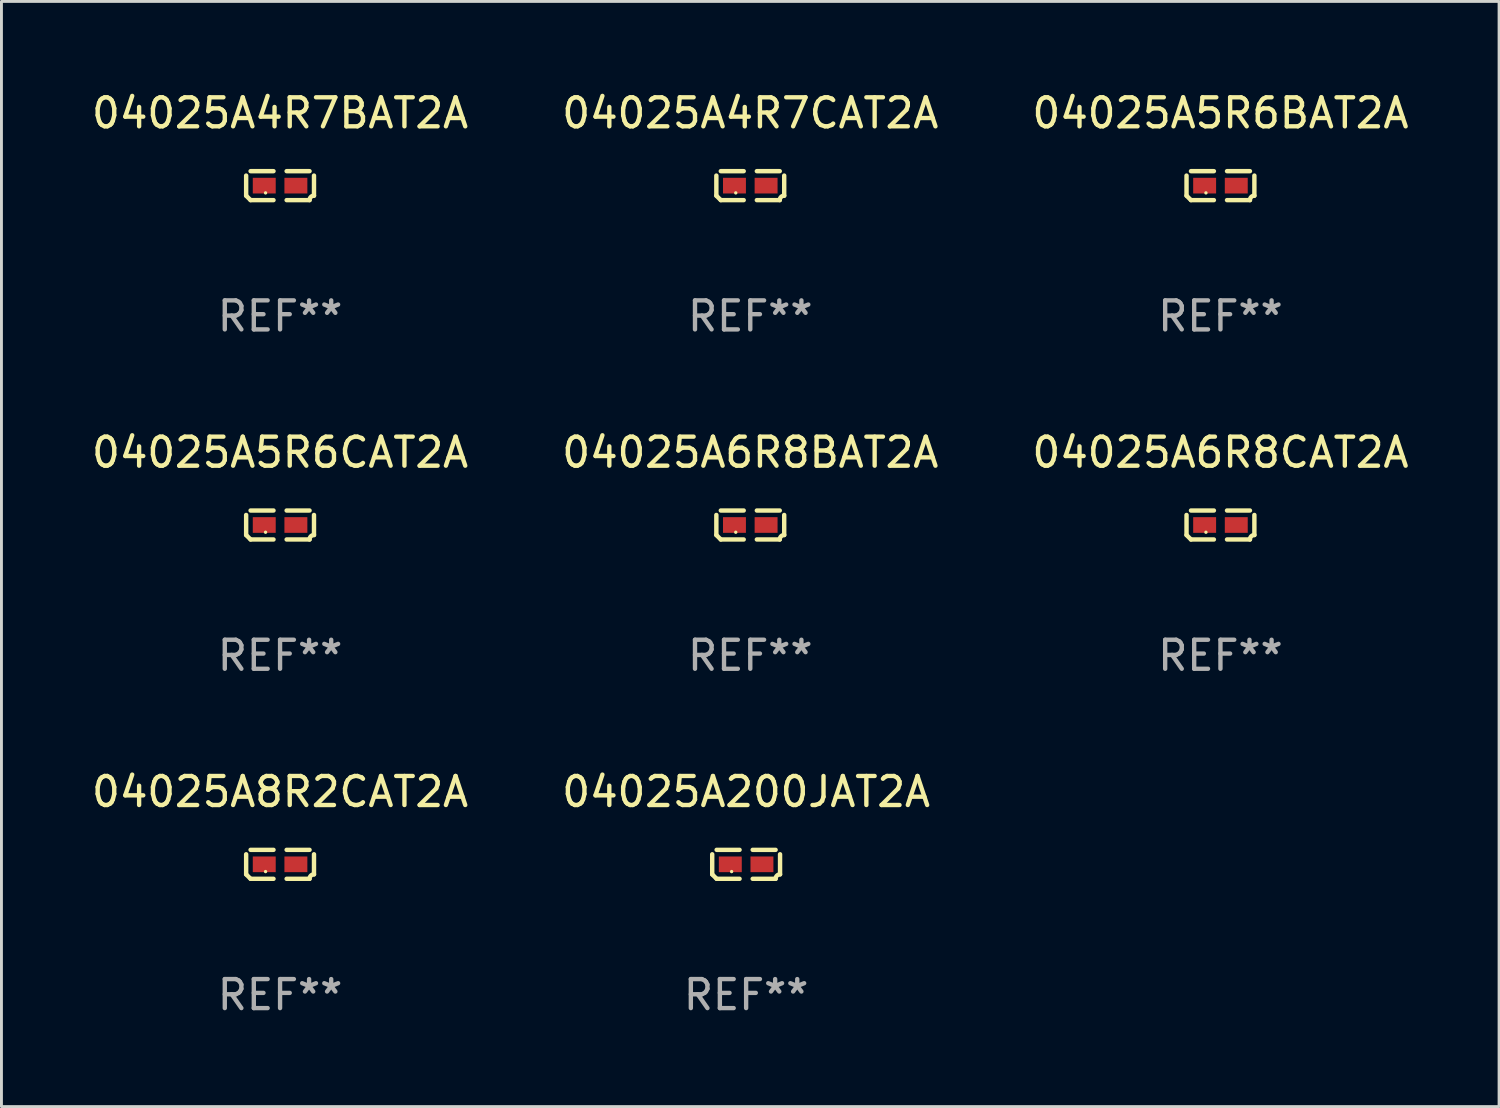
<source format=kicad_pcb>
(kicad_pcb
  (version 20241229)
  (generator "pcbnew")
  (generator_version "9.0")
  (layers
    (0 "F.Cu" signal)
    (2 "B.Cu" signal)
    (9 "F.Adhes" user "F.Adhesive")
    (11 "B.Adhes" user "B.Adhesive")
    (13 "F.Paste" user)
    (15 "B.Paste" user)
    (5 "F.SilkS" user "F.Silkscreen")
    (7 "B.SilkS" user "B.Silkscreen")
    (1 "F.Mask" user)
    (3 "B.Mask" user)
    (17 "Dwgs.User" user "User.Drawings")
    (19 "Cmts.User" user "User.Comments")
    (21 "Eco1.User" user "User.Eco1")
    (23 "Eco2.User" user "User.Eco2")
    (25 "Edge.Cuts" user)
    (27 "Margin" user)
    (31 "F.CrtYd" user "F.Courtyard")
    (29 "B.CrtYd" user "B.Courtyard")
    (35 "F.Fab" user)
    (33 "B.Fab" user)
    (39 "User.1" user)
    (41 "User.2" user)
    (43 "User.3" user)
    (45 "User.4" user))
  (footprint "04025A5R6CAT2A"
    (layer "F.Cu")
    (at 6.601 15.041)
    (property "Reference" "04025A5R6CAT2A" (at 0 -2.499 0) (layer "F.SilkS") (effects (font (size 1 1) (thickness 0.15))))
    (attr through_hole)
    (fp_line (start -1.169 0.346) (end -1.169 -0.346) (stroke (width 0.152) (type solid)) (layer "F.SilkS"))
    (fp_line (start -1.016 -0.499) (end -0.226 -0.499) (stroke (width 0.152) (type solid)) (layer "F.SilkS"))
    (fp_line (start -0.226 0.499) (end -1.016 0.499) (stroke (width 0.152) (type solid)) (layer "F.SilkS"))
    (fp_line (start 0.226 0.499) (end 1.016 0.499) (stroke (width 0.152) (type solid)) (layer "F.SilkS"))
    (fp_line (start 1.016 -0.499) (end 0.226 -0.499) (stroke (width 0.152) (type solid)) (layer "F.SilkS"))
    (fp_line (start 1.169 0.346) (end 1.169 -0.346) (stroke (width 0.152) (type solid)) (layer "F.SilkS"))
    (fp_arc (start -1.016307 0.498603) (mid -1.092512 0.422405) (end -1.16871 0.3462) (stroke (width 0.1524) (type solid)) (layer "F.SilkS"))
    (fp_arc (start 1.016307 0.498603) (mid 1.060899 0.390758) (end 1.168707 0.346076) (stroke (width 0.1524) (type solid)) (layer "F.SilkS"))
    (fp_circle (center -0.5 0.25) (end -0.47 0.25) (stroke (width 0.06) (type solid)) (fill no) (layer "F.SilkS"))
    (fp_text user "REF**" (at 0 4.499 0) (layer "F.Fab") (effects (font (size 1 1) (thickness 0.15))))
    (pad "1" smd rect (at -0.545 0) (size 0.79 0.54) (layers "F.Cu" "F.Mask" "F.Paste"))
    (pad "2" smd rect (at 0.545 0) (size 0.79 0.54) (layers "F.Cu" "F.Mask" "F.Paste")))
  (footprint "04025A200JAT2A"
    (layer "F.Cu")
    (at 22.661 26.734)
    (property "Reference" "04025A200JAT2A" (at 0 -2.499 0) (layer "F.SilkS") (effects (font (size 1 1) (thickness 0.15))))
    (attr through_hole)
    (fp_line (start -1.169 0.346) (end -1.169 -0.346) (stroke (width 0.152) (type solid)) (layer "F.SilkS"))
    (fp_line (start -1.016 -0.499) (end -0.226 -0.499) (stroke (width 0.152) (type solid)) (layer "F.SilkS"))
    (fp_line (start -0.226 0.499) (end -1.016 0.499) (stroke (width 0.152) (type solid)) (layer "F.SilkS"))
    (fp_line (start 0.226 0.499) (end 1.016 0.499) (stroke (width 0.152) (type solid)) (layer "F.SilkS"))
    (fp_line (start 1.016 -0.499) (end 0.226 -0.499) (stroke (width 0.152) (type solid)) (layer "F.SilkS"))
    (fp_line (start 1.169 0.346) (end 1.169 -0.346) (stroke (width 0.152) (type solid)) (layer "F.SilkS"))
    (fp_arc (start -1.016307 0.498603) (mid -1.092512 0.422405) (end -1.16871 0.3462) (stroke (width 0.1524) (type solid)) (layer "F.SilkS"))
    (fp_arc (start 1.016307 0.498603) (mid 1.060899 0.390758) (end 1.168707 0.346076) (stroke (width 0.1524) (type solid)) (layer "F.SilkS"))
    (fp_circle (center -0.5 0.25) (end -0.47 0.25) (stroke (width 0.06) (type solid)) (fill no) (layer "F.SilkS"))
    (fp_text user "REF**" (at 0 4.499 0) (layer "F.Fab") (effects (font (size 1 1) (thickness 0.15))))
    (pad "1" smd rect (at -0.545 0) (size 0.79 0.54) (layers "F.Cu" "F.Mask" "F.Paste"))
    (pad "2" smd rect (at 0.545 0) (size 0.79 0.54) (layers "F.Cu" "F.Mask" "F.Paste")))
  (footprint "04025A6R8CAT2A"
    (layer "F.Cu")
    (at 39.006 15.041)
    (property "Reference" "04025A6R8CAT2A" (at 0 -2.499 0) (layer "F.SilkS") (effects (font (size 1 1) (thickness 0.15))))
    (attr through_hole)
    (fp_line (start -1.169 0.346) (end -1.169 -0.346) (stroke (width 0.152) (type solid)) (layer "F.SilkS"))
    (fp_line (start -1.016 -0.499) (end -0.226 -0.499) (stroke (width 0.152) (type solid)) (layer "F.SilkS"))
    (fp_line (start -0.226 0.499) (end -1.016 0.499) (stroke (width 0.152) (type solid)) (layer "F.SilkS"))
    (fp_line (start 0.226 0.499) (end 1.016 0.499) (stroke (width 0.152) (type solid)) (layer "F.SilkS"))
    (fp_line (start 1.016 -0.499) (end 0.226 -0.499) (stroke (width 0.152) (type solid)) (layer "F.SilkS"))
    (fp_line (start 1.169 0.346) (end 1.169 -0.346) (stroke (width 0.152) (type solid)) (layer "F.SilkS"))
    (fp_arc (start -1.016307 0.498603) (mid -1.092512 0.422405) (end -1.16871 0.3462) (stroke (width 0.1524) (type solid)) (layer "F.SilkS"))
    (fp_arc (start 1.016307 0.498603) (mid 1.060899 0.390758) (end 1.168707 0.346076) (stroke (width 0.1524) (type solid)) (layer "F.SilkS"))
    (fp_circle (center -0.5 0.25) (end -0.47 0.25) (stroke (width 0.06) (type solid)) (fill no) (layer "F.SilkS"))
    (fp_text user "REF**" (at 0 4.499 0) (layer "F.Fab") (effects (font (size 1 1) (thickness 0.15))))
    (pad "1" smd rect (at -0.545 0) (size 0.79 0.54) (layers "F.Cu" "F.Mask" "F.Paste"))
    (pad "2" smd rect (at 0.545 0) (size 0.79 0.54) (layers "F.Cu" "F.Mask" "F.Paste")))
  (footprint "04025A4R7BAT2A"
    (layer "F.Cu")
    (at 6.601 3.347)
    (property "Reference" "04025A4R7BAT2A" (at 0 -2.499 0) (layer "F.SilkS") (effects (font (size 1 1) (thickness 0.15))))
    (attr through_hole)
    (fp_line (start -1.169 0.346) (end -1.169 -0.346) (stroke (width 0.152) (type solid)) (layer "F.SilkS"))
    (fp_line (start -1.016 -0.499) (end -0.226 -0.499) (stroke (width 0.152) (type solid)) (layer "F.SilkS"))
    (fp_line (start -0.226 0.499) (end -1.016 0.499) (stroke (width 0.152) (type solid)) (layer "F.SilkS"))
    (fp_line (start 0.226 0.499) (end 1.016 0.499) (stroke (width 0.152) (type solid)) (layer "F.SilkS"))
    (fp_line (start 1.016 -0.499) (end 0.226 -0.499) (stroke (width 0.152) (type solid)) (layer "F.SilkS"))
    (fp_line (start 1.169 0.346) (end 1.169 -0.346) (stroke (width 0.152) (type solid)) (layer "F.SilkS"))
    (fp_arc (start -1.016307 0.498603) (mid -1.092512 0.422405) (end -1.16871 0.3462) (stroke (width 0.1524) (type solid)) (layer "F.SilkS"))
    (fp_arc (start 1.016307 0.498603) (mid 1.060899 0.390758) (end 1.168707 0.346076) (stroke (width 0.1524) (type solid)) (layer "F.SilkS"))
    (fp_circle (center -0.5 0.25) (end -0.47 0.25) (stroke (width 0.06) (type solid)) (fill no) (layer "F.SilkS"))
    (fp_text user "REF**" (at 0 4.499 0) (layer "F.Fab") (effects (font (size 1 1) (thickness 0.15))))
    (pad "1" smd rect (at -0.545 0) (size 0.79 0.54) (layers "F.Cu" "F.Mask" "F.Paste"))
    (pad "2" smd rect (at 0.545 0) (size 0.79 0.54) (layers "F.Cu" "F.Mask" "F.Paste")))
  (footprint "04025A5R6BAT2A"
    (layer "F.Cu")
    (at 39.006 3.347)
    (property "Reference" "04025A5R6BAT2A" (at 0 -2.499 0) (layer "F.SilkS") (effects (font (size 1 1) (thickness 0.15))))
    (attr through_hole)
    (fp_line (start -1.169 0.346) (end -1.169 -0.346) (stroke (width 0.152) (type solid)) (layer "F.SilkS"))
    (fp_line (start -1.016 -0.499) (end -0.226 -0.499) (stroke (width 0.152) (type solid)) (layer "F.SilkS"))
    (fp_line (start -0.226 0.499) (end -1.016 0.499) (stroke (width 0.152) (type solid)) (layer "F.SilkS"))
    (fp_line (start 0.226 0.499) (end 1.016 0.499) (stroke (width 0.152) (type solid)) (layer "F.SilkS"))
    (fp_line (start 1.016 -0.499) (end 0.226 -0.499) (stroke (width 0.152) (type solid)) (layer "F.SilkS"))
    (fp_line (start 1.169 0.346) (end 1.169 -0.346) (stroke (width 0.152) (type solid)) (layer "F.SilkS"))
    (fp_arc (start -1.016307 0.498603) (mid -1.092512 0.422405) (end -1.16871 0.3462) (stroke (width 0.1524) (type solid)) (layer "F.SilkS"))
    (fp_arc (start 1.016307 0.498603) (mid 1.060899 0.390758) (end 1.168707 0.346076) (stroke (width 0.1524) (type solid)) (layer "F.SilkS"))
    (fp_circle (center -0.5 0.25) (end -0.47 0.25) (stroke (width 0.06) (type solid)) (fill no) (layer "F.SilkS"))
    (fp_text user "REF**" (at 0 4.499 0) (layer "F.Fab") (effects (font (size 1 1) (thickness 0.15))))
    (pad "1" smd rect (at -0.545 0) (size 0.79 0.54) (layers "F.Cu" "F.Mask" "F.Paste"))
    (pad "2" smd rect (at 0.545 0) (size 0.79 0.54) (layers "F.Cu" "F.Mask" "F.Paste")))
  (footprint "04025A4R7CAT2A"
    (layer "F.Cu")
    (at 22.804 3.347)
    (property "Reference" "04025A4R7CAT2A" (at 0 -2.499 0) (layer "F.SilkS") (effects (font (size 1 1) (thickness 0.15))))
    (attr through_hole)
    (fp_line (start -1.169 0.346) (end -1.169 -0.346) (stroke (width 0.152) (type solid)) (layer "F.SilkS"))
    (fp_line (start -1.016 -0.499) (end -0.226 -0.499) (stroke (width 0.152) (type solid)) (layer "F.SilkS"))
    (fp_line (start -0.226 0.499) (end -1.016 0.499) (stroke (width 0.152) (type solid)) (layer "F.SilkS"))
    (fp_line (start 0.226 0.499) (end 1.016 0.499) (stroke (width 0.152) (type solid)) (layer "F.SilkS"))
    (fp_line (start 1.016 -0.499) (end 0.226 -0.499) (stroke (width 0.152) (type solid)) (layer "F.SilkS"))
    (fp_line (start 1.169 0.346) (end 1.169 -0.346) (stroke (width 0.152) (type solid)) (layer "F.SilkS"))
    (fp_arc (start -1.016307 0.498603) (mid -1.092512 0.422405) (end -1.16871 0.3462) (stroke (width 0.1524) (type solid)) (layer "F.SilkS"))
    (fp_arc (start 1.016307 0.498603) (mid 1.060899 0.390758) (end 1.168707 0.346076) (stroke (width 0.1524) (type solid)) (layer "F.SilkS"))
    (fp_circle (center -0.5 0.25) (end -0.47 0.25) (stroke (width 0.06) (type solid)) (fill no) (layer "F.SilkS"))
    (fp_text user "REF**" (at 0 4.499 0) (layer "F.Fab") (effects (font (size 1 1) (thickness 0.15))))
    (pad "1" smd rect (at -0.545 0) (size 0.79 0.54) (layers "F.Cu" "F.Mask" "F.Paste"))
    (pad "2" smd rect (at 0.545 0) (size 0.79 0.54) (layers "F.Cu" "F.Mask" "F.Paste")))
  (footprint "04025A8R2CAT2A"
    (layer "F.Cu")
    (at 6.601 26.734)
    (property "Reference" "04025A8R2CAT2A" (at 0 -2.499 0) (layer "F.SilkS") (effects (font (size 1 1) (thickness 0.15))))
    (attr through_hole)
    (fp_line (start -1.169 0.346) (end -1.169 -0.346) (stroke (width 0.152) (type solid)) (layer "F.SilkS"))
    (fp_line (start -1.016 -0.499) (end -0.226 -0.499) (stroke (width 0.152) (type solid)) (layer "F.SilkS"))
    (fp_line (start -0.226 0.499) (end -1.016 0.499) (stroke (width 0.152) (type solid)) (layer "F.SilkS"))
    (fp_line (start 0.226 0.499) (end 1.016 0.499) (stroke (width 0.152) (type solid)) (layer "F.SilkS"))
    (fp_line (start 1.016 -0.499) (end 0.226 -0.499) (stroke (width 0.152) (type solid)) (layer "F.SilkS"))
    (fp_line (start 1.169 0.346) (end 1.169 -0.346) (stroke (width 0.152) (type solid)) (layer "F.SilkS"))
    (fp_arc (start -1.016307 0.498603) (mid -1.092512 0.422405) (end -1.16871 0.3462) (stroke (width 0.1524) (type solid)) (layer "F.SilkS"))
    (fp_arc (start 1.016307 0.498603) (mid 1.060899 0.390758) (end 1.168707 0.346076) (stroke (width 0.1524) (type solid)) (layer "F.SilkS"))
    (fp_circle (center -0.5 0.25) (end -0.47 0.25) (stroke (width 0.06) (type solid)) (fill no) (layer "F.SilkS"))
    (fp_text user "REF**" (at 0 4.499 0) (layer "F.Fab") (effects (font (size 1 1) (thickness 0.15))))
    (pad "1" smd rect (at -0.545 0) (size 0.79 0.54) (layers "F.Cu" "F.Mask" "F.Paste"))
    (pad "2" smd rect (at 0.545 0) (size 0.79 0.54) (layers "F.Cu" "F.Mask" "F.Paste")))
  (footprint "04025A6R8BAT2A"
    (layer "F.Cu")
    (at 22.804 15.041)
    (property "Reference" "04025A6R8BAT2A" (at 0 -2.499 0) (layer "F.SilkS") (effects (font (size 1 1) (thickness 0.15))))
    (attr through_hole)
    (fp_line (start -1.169 0.346) (end -1.169 -0.346) (stroke (width 0.152) (type solid)) (layer "F.SilkS"))
    (fp_line (start -1.016 -0.499) (end -0.226 -0.499) (stroke (width 0.152) (type solid)) (layer "F.SilkS"))
    (fp_line (start -0.226 0.499) (end -1.016 0.499) (stroke (width 0.152) (type solid)) (layer "F.SilkS"))
    (fp_line (start 0.226 0.499) (end 1.016 0.499) (stroke (width 0.152) (type solid)) (layer "F.SilkS"))
    (fp_line (start 1.016 -0.499) (end 0.226 -0.499) (stroke (width 0.152) (type solid)) (layer "F.SilkS"))
    (fp_line (start 1.169 0.346) (end 1.169 -0.346) (stroke (width 0.152) (type solid)) (layer "F.SilkS"))
    (fp_arc (start -1.016307 0.498603) (mid -1.092512 0.422405) (end -1.16871 0.3462) (stroke (width 0.1524) (type solid)) (layer "F.SilkS"))
    (fp_arc (start 1.016307 0.498603) (mid 1.060899 0.390758) (end 1.168707 0.346076) (stroke (width 0.1524) (type solid)) (layer "F.SilkS"))
    (fp_circle (center -0.5 0.25) (end -0.47 0.25) (stroke (width 0.06) (type solid)) (fill no) (layer "F.SilkS"))
    (fp_text user "REF**" (at 0 4.499 0) (layer "F.Fab") (effects (font (size 1 1) (thickness 0.15))))
    (pad "1" smd rect (at -0.545 0) (size 0.79 0.54) (layers "F.Cu" "F.Mask" "F.Paste"))
    (pad "2" smd rect (at 0.545 0) (size 0.79 0.54) (layers "F.Cu" "F.Mask" "F.Paste")))
  (gr_rect
    (start -3 -3)
    (end 48.607 35.081)
    (stroke (width 0.1) (type default))
    (fill no)
    (layer "Edge.Cuts")))
</source>
